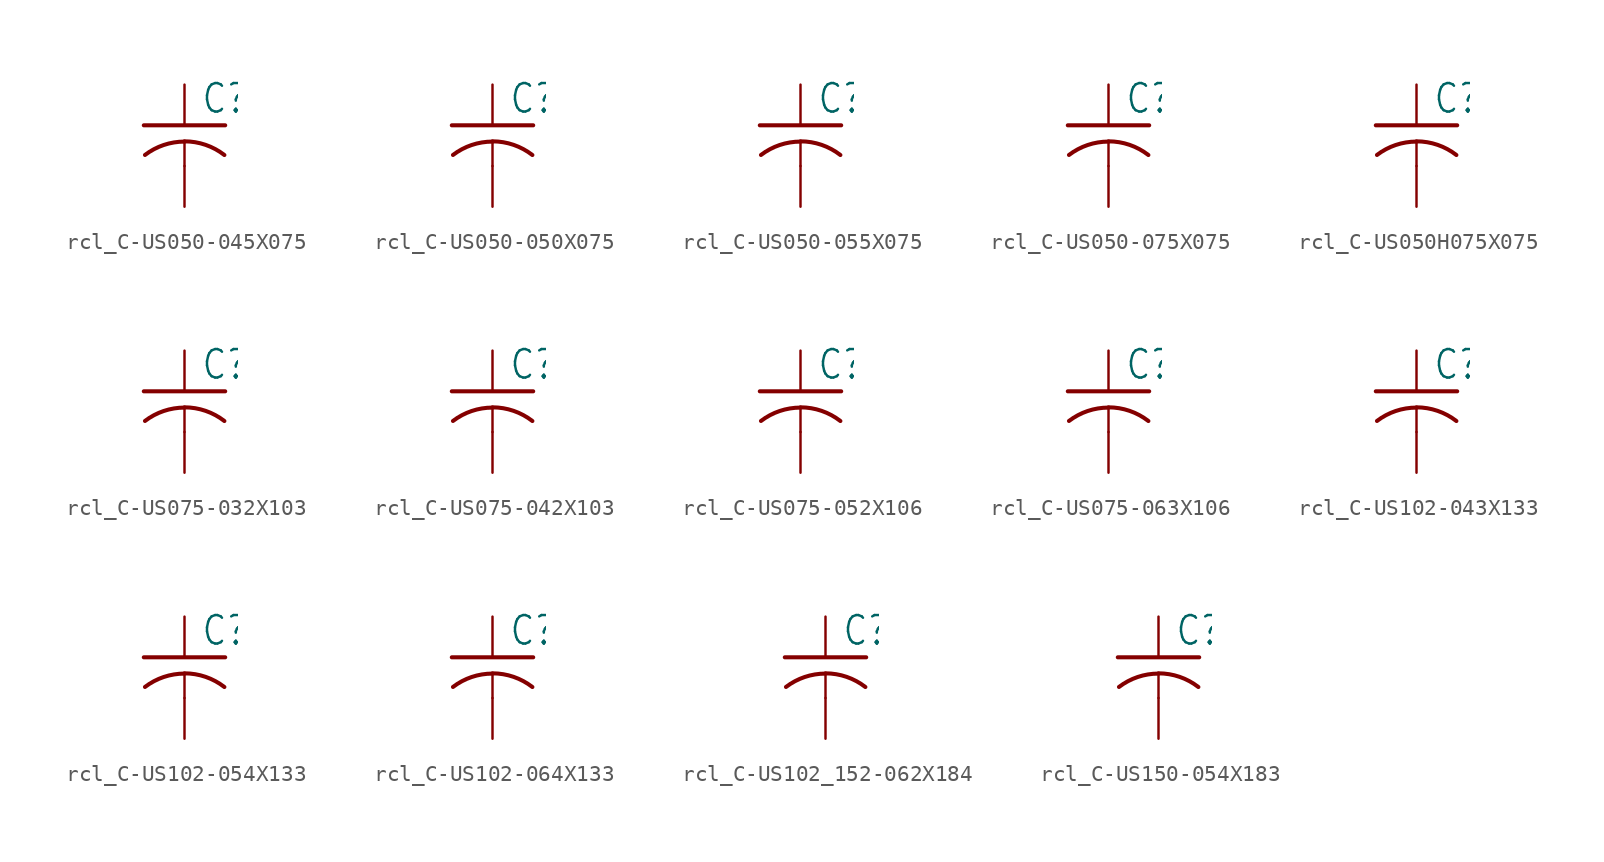
<source format=kicad_sym>
(kicad_symbol_lib
  (version 20241209)
  (generator "kicad_symbol_editor")
  (generator_version "9.0")
  (symbol "rcl_C-US050-045X075"
    (property "Reference" "C"
      (at 1.016 0.635 0)
      (effects (font (size 1.778 1.511)) (justify left bottom)))
    (property "Value" ""
      (at 1.016 -4.191 0)
      (effects (font (size 1.778 1.511)) (justify left bottom)))
    (property "ki_locked" ""
      (at 0 0 0)
      (effects (font (size 1.27 1.27))))
    (symbol "rcl_C-US050-045X075_1_0"
      (polyline (pts (xy -2.54 0) (xy 2.54 0)) (stroke (width 0.254) (type solid)) (fill (type none)))
      (polyline (pts (xy 0 -1.016) (xy 0 -2.54)) (stroke (width 0.152) (type solid)) (fill (type none)))
      (arc (start 0 -1) (mid 1.3158 -1.2195) (end 2.4892 -1.8541) (stroke (width 0.254) (type solid)) (fill (type none)))
      (arc (start -2.4668 -1.8504) (mid -1.302 -1.2303) (end 0 -1.0161) (stroke (width 0.254) (type solid)) (fill (type none)))
      (pin passive line (at 0 2.54 270) (length 2.54) (name "1" (effects (font (size 0 0)))) (number "1" (effects (font (size 0 0)))))
      (pin passive line (at 0 -5.08 90) (length 2.54) (name "2" (effects (font (size 0 0)))) (number "2" (effects (font (size 0 0)))))))
  (symbol "rcl_C-US050-050X075"
    (property "Reference" "C"
      (at 1.016 0.635 0)
      (effects (font (size 1.778 1.511)) (justify left bottom)))
    (property "Value" ""
      (at 1.016 -4.191 0)
      (effects (font (size 1.778 1.511)) (justify left bottom)))
    (property "ki_locked" ""
      (at 0 0 0)
      (effects (font (size 1.27 1.27))))
    (symbol "rcl_C-US050-050X075_1_0"
      (polyline (pts (xy -2.54 0) (xy 2.54 0)) (stroke (width 0.254) (type solid)) (fill (type none)))
      (polyline (pts (xy 0 -1.016) (xy 0 -2.54)) (stroke (width 0.152) (type solid)) (fill (type none)))
      (arc (start 0 -1) (mid 1.3158 -1.2195) (end 2.4892 -1.8541) (stroke (width 0.254) (type solid)) (fill (type none)))
      (arc (start -2.4668 -1.8504) (mid -1.302 -1.2303) (end 0 -1.0161) (stroke (width 0.254) (type solid)) (fill (type none)))
      (pin passive line (at 0 2.54 270) (length 2.54) (name "1" (effects (font (size 0 0)))) (number "1" (effects (font (size 0 0)))))
      (pin passive line (at 0 -5.08 90) (length 2.54) (name "2" (effects (font (size 0 0)))) (number "2" (effects (font (size 0 0)))))))
  (symbol "rcl_C-US050-055X075"
    (property "Reference" "C"
      (at 1.016 0.635 0)
      (effects (font (size 1.778 1.511)) (justify left bottom)))
    (property "Value" ""
      (at 1.016 -4.191 0)
      (effects (font (size 1.778 1.511)) (justify left bottom)))
    (property "ki_locked" ""
      (at 0 0 0)
      (effects (font (size 1.27 1.27))))
    (symbol "rcl_C-US050-055X075_1_0"
      (polyline (pts (xy -2.54 0) (xy 2.54 0)) (stroke (width 0.254) (type solid)) (fill (type none)))
      (polyline (pts (xy 0 -1.016) (xy 0 -2.54)) (stroke (width 0.152) (type solid)) (fill (type none)))
      (arc (start 0 -1) (mid 1.3158 -1.2195) (end 2.4892 -1.8541) (stroke (width 0.254) (type solid)) (fill (type none)))
      (arc (start -2.4668 -1.8504) (mid -1.302 -1.2303) (end 0 -1.0161) (stroke (width 0.254) (type solid)) (fill (type none)))
      (pin passive line (at 0 2.54 270) (length 2.54) (name "1" (effects (font (size 0 0)))) (number "1" (effects (font (size 0 0)))))
      (pin passive line (at 0 -5.08 90) (length 2.54) (name "2" (effects (font (size 0 0)))) (number "2" (effects (font (size 0 0)))))))
  (symbol "rcl_C-US050-075X075"
    (property "Reference" "C"
      (at 1.016 0.635 0)
      (effects (font (size 1.778 1.511)) (justify left bottom)))
    (property "Value" ""
      (at 1.016 -4.191 0)
      (effects (font (size 1.778 1.511)) (justify left bottom)))
    (property "ki_locked" ""
      (at 0 0 0)
      (effects (font (size 1.27 1.27))))
    (symbol "rcl_C-US050-075X075_1_0"
      (polyline (pts (xy -2.54 0) (xy 2.54 0)) (stroke (width 0.254) (type solid)) (fill (type none)))
      (polyline (pts (xy 0 -1.016) (xy 0 -2.54)) (stroke (width 0.152) (type solid)) (fill (type none)))
      (arc (start 0 -1) (mid 1.3158 -1.2195) (end 2.4892 -1.8541) (stroke (width 0.254) (type solid)) (fill (type none)))
      (arc (start -2.4668 -1.8504) (mid -1.302 -1.2303) (end 0 -1.0161) (stroke (width 0.254) (type solid)) (fill (type none)))
      (pin passive line (at 0 2.54 270) (length 2.54) (name "1" (effects (font (size 0 0)))) (number "1" (effects (font (size 0 0)))))
      (pin passive line (at 0 -5.08 90) (length 2.54) (name "2" (effects (font (size 0 0)))) (number "2" (effects (font (size 0 0)))))))
  (symbol "rcl_C-US050H075X075"
    (property "Reference" "C"
      (at 1.016 0.635 0)
      (effects (font (size 1.778 1.511)) (justify left bottom)))
    (property "Value" ""
      (at 1.016 -4.191 0)
      (effects (font (size 1.778 1.511)) (justify left bottom)))
    (property "ki_locked" ""
      (at 0 0 0)
      (effects (font (size 1.27 1.27))))
    (symbol "rcl_C-US050H075X075_1_0"
      (polyline (pts (xy -2.54 0) (xy 2.54 0)) (stroke (width 0.254) (type solid)) (fill (type none)))
      (polyline (pts (xy 0 -1.016) (xy 0 -2.54)) (stroke (width 0.152) (type solid)) (fill (type none)))
      (arc (start 0 -1) (mid 1.3158 -1.2195) (end 2.4892 -1.8541) (stroke (width 0.254) (type solid)) (fill (type none)))
      (arc (start -2.4668 -1.8504) (mid -1.302 -1.2303) (end 0 -1.0161) (stroke (width 0.254) (type solid)) (fill (type none)))
      (pin passive line (at 0 2.54 270) (length 2.54) (name "1" (effects (font (size 0 0)))) (number "1" (effects (font (size 0 0)))))
      (pin passive line (at 0 -5.08 90) (length 2.54) (name "2" (effects (font (size 0 0)))) (number "2" (effects (font (size 0 0)))))))
  (symbol "rcl_C-US075-032X103"
    (property "Reference" "C"
      (at 1.016 0.635 0)
      (effects (font (size 1.778 1.511)) (justify left bottom)))
    (property "Value" ""
      (at 1.016 -4.191 0)
      (effects (font (size 1.778 1.511)) (justify left bottom)))
    (property "ki_locked" ""
      (at 0 0 0)
      (effects (font (size 1.27 1.27))))
    (symbol "rcl_C-US075-032X103_1_0"
      (polyline (pts (xy -2.54 0) (xy 2.54 0)) (stroke (width 0.254) (type solid)) (fill (type none)))
      (polyline (pts (xy 0 -1.016) (xy 0 -2.54)) (stroke (width 0.152) (type solid)) (fill (type none)))
      (arc (start 0 -1) (mid 1.3158 -1.2195) (end 2.4892 -1.8541) (stroke (width 0.254) (type solid)) (fill (type none)))
      (arc (start -2.4668 -1.8504) (mid -1.302 -1.2303) (end 0 -1.0161) (stroke (width 0.254) (type solid)) (fill (type none)))
      (pin passive line (at 0 2.54 270) (length 2.54) (name "1" (effects (font (size 0 0)))) (number "1" (effects (font (size 0 0)))))
      (pin passive line (at 0 -5.08 90) (length 2.54) (name "2" (effects (font (size 0 0)))) (number "2" (effects (font (size 0 0)))))))
  (symbol "rcl_C-US075-042X103"
    (property "Reference" "C"
      (at 1.016 0.635 0)
      (effects (font (size 1.778 1.511)) (justify left bottom)))
    (property "Value" ""
      (at 1.016 -4.191 0)
      (effects (font (size 1.778 1.511)) (justify left bottom)))
    (property "ki_locked" ""
      (at 0 0 0)
      (effects (font (size 1.27 1.27))))
    (symbol "rcl_C-US075-042X103_1_0"
      (polyline (pts (xy -2.54 0) (xy 2.54 0)) (stroke (width 0.254) (type solid)) (fill (type none)))
      (polyline (pts (xy 0 -1.016) (xy 0 -2.54)) (stroke (width 0.152) (type solid)) (fill (type none)))
      (arc (start 0 -1) (mid 1.3158 -1.2195) (end 2.4892 -1.8541) (stroke (width 0.254) (type solid)) (fill (type none)))
      (arc (start -2.4668 -1.8504) (mid -1.302 -1.2303) (end 0 -1.0161) (stroke (width 0.254) (type solid)) (fill (type none)))
      (pin passive line (at 0 2.54 270) (length 2.54) (name "1" (effects (font (size 0 0)))) (number "1" (effects (font (size 0 0)))))
      (pin passive line (at 0 -5.08 90) (length 2.54) (name "2" (effects (font (size 0 0)))) (number "2" (effects (font (size 0 0)))))))
  (symbol "rcl_C-US075-052X106"
    (property "Reference" "C"
      (at 1.016 0.635 0)
      (effects (font (size 1.778 1.511)) (justify left bottom)))
    (property "Value" ""
      (at 1.016 -4.191 0)
      (effects (font (size 1.778 1.511)) (justify left bottom)))
    (property "ki_locked" ""
      (at 0 0 0)
      (effects (font (size 1.27 1.27))))
    (symbol "rcl_C-US075-052X106_1_0"
      (polyline (pts (xy -2.54 0) (xy 2.54 0)) (stroke (width 0.254) (type solid)) (fill (type none)))
      (polyline (pts (xy 0 -1.016) (xy 0 -2.54)) (stroke (width 0.152) (type solid)) (fill (type none)))
      (arc (start 0 -1) (mid 1.3158 -1.2195) (end 2.4892 -1.8541) (stroke (width 0.254) (type solid)) (fill (type none)))
      (arc (start -2.4668 -1.8504) (mid -1.302 -1.2303) (end 0 -1.0161) (stroke (width 0.254) (type solid)) (fill (type none)))
      (pin passive line (at 0 2.54 270) (length 2.54) (name "1" (effects (font (size 0 0)))) (number "1" (effects (font (size 0 0)))))
      (pin passive line (at 0 -5.08 90) (length 2.54) (name "2" (effects (font (size 0 0)))) (number "2" (effects (font (size 0 0)))))))
  (symbol "rcl_C-US075-063X106"
    (property "Reference" "C"
      (at 1.016 0.635 0)
      (effects (font (size 1.778 1.511)) (justify left bottom)))
    (property "Value" ""
      (at 1.016 -4.191 0)
      (effects (font (size 1.778 1.511)) (justify left bottom)))
    (property "ki_locked" ""
      (at 0 0 0)
      (effects (font (size 1.27 1.27))))
    (symbol "rcl_C-US075-063X106_1_0"
      (polyline (pts (xy -2.54 0) (xy 2.54 0)) (stroke (width 0.254) (type solid)) (fill (type none)))
      (polyline (pts (xy 0 -1.016) (xy 0 -2.54)) (stroke (width 0.152) (type solid)) (fill (type none)))
      (arc (start 0 -1) (mid 1.3158 -1.2195) (end 2.4892 -1.8541) (stroke (width 0.254) (type solid)) (fill (type none)))
      (arc (start -2.4668 -1.8504) (mid -1.302 -1.2303) (end 0 -1.0161) (stroke (width 0.254) (type solid)) (fill (type none)))
      (pin passive line (at 0 2.54 270) (length 2.54) (name "1" (effects (font (size 0 0)))) (number "1" (effects (font (size 0 0)))))
      (pin passive line (at 0 -5.08 90) (length 2.54) (name "2" (effects (font (size 0 0)))) (number "2" (effects (font (size 0 0)))))))
  (symbol "rcl_C-US102-043X133"
    (property "Reference" "C"
      (at 1.016 0.635 0)
      (effects (font (size 1.778 1.511)) (justify left bottom)))
    (property "Value" ""
      (at 1.016 -4.191 0)
      (effects (font (size 1.778 1.511)) (justify left bottom)))
    (property "ki_locked" ""
      (at 0 0 0)
      (effects (font (size 1.27 1.27))))
    (symbol "rcl_C-US102-043X133_1_0"
      (polyline (pts (xy -2.54 0) (xy 2.54 0)) (stroke (width 0.254) (type solid)) (fill (type none)))
      (polyline (pts (xy 0 -1.016) (xy 0 -2.54)) (stroke (width 0.152) (type solid)) (fill (type none)))
      (arc (start 0 -1) (mid 1.3158 -1.2195) (end 2.4892 -1.8541) (stroke (width 0.254) (type solid)) (fill (type none)))
      (arc (start -2.4668 -1.8504) (mid -1.302 -1.2303) (end 0 -1.0161) (stroke (width 0.254) (type solid)) (fill (type none)))
      (pin passive line (at 0 2.54 270) (length 2.54) (name "1" (effects (font (size 0 0)))) (number "1" (effects (font (size 0 0)))))
      (pin passive line (at 0 -5.08 90) (length 2.54) (name "2" (effects (font (size 0 0)))) (number "2" (effects (font (size 0 0)))))))
  (symbol "rcl_C-US102-054X133"
    (property "Reference" "C"
      (at 1.016 0.635 0)
      (effects (font (size 1.778 1.511)) (justify left bottom)))
    (property "Value" ""
      (at 1.016 -4.191 0)
      (effects (font (size 1.778 1.511)) (justify left bottom)))
    (property "ki_locked" ""
      (at 0 0 0)
      (effects (font (size 1.27 1.27))))
    (symbol "rcl_C-US102-054X133_1_0"
      (polyline (pts (xy -2.54 0) (xy 2.54 0)) (stroke (width 0.254) (type solid)) (fill (type none)))
      (polyline (pts (xy 0 -1.016) (xy 0 -2.54)) (stroke (width 0.152) (type solid)) (fill (type none)))
      (arc (start 0 -1) (mid 1.3158 -1.2195) (end 2.4892 -1.8541) (stroke (width 0.254) (type solid)) (fill (type none)))
      (arc (start -2.4668 -1.8504) (mid -1.302 -1.2303) (end 0 -1.0161) (stroke (width 0.254) (type solid)) (fill (type none)))
      (pin passive line (at 0 2.54 270) (length 2.54) (name "1" (effects (font (size 0 0)))) (number "1" (effects (font (size 0 0)))))
      (pin passive line (at 0 -5.08 90) (length 2.54) (name "2" (effects (font (size 0 0)))) (number "2" (effects (font (size 0 0)))))))
  (symbol "rcl_C-US102-064X133"
    (property "Reference" "C"
      (at 1.016 0.635 0)
      (effects (font (size 1.778 1.511)) (justify left bottom)))
    (property "Value" ""
      (at 1.016 -4.191 0)
      (effects (font (size 1.778 1.511)) (justify left bottom)))
    (property "ki_locked" ""
      (at 0 0 0)
      (effects (font (size 1.27 1.27))))
    (symbol "rcl_C-US102-064X133_1_0"
      (polyline (pts (xy -2.54 0) (xy 2.54 0)) (stroke (width 0.254) (type solid)) (fill (type none)))
      (polyline (pts (xy 0 -1.016) (xy 0 -2.54)) (stroke (width 0.152) (type solid)) (fill (type none)))
      (arc (start 0 -1) (mid 1.3158 -1.2195) (end 2.4892 -1.8541) (stroke (width 0.254) (type solid)) (fill (type none)))
      (arc (start -2.4668 -1.8504) (mid -1.302 -1.2303) (end 0 -1.0161) (stroke (width 0.254) (type solid)) (fill (type none)))
      (pin passive line (at 0 2.54 270) (length 2.54) (name "1" (effects (font (size 0 0)))) (number "1" (effects (font (size 0 0)))))
      (pin passive line (at 0 -5.08 90) (length 2.54) (name "2" (effects (font (size 0 0)))) (number "2" (effects (font (size 0 0)))))))
  (symbol "rcl_C-US102_152-062X184"
    (property "Reference" "C"
      (at 1.016 0.635 0)
      (effects (font (size 1.778 1.511)) (justify left bottom)))
    (property "Value" ""
      (at 1.016 -4.191 0)
      (effects (font (size 1.778 1.511)) (justify left bottom)))
    (property "ki_locked" ""
      (at 0 0 0)
      (effects (font (size 1.27 1.27))))
    (symbol "rcl_C-US102_152-062X184_1_0"
      (polyline (pts (xy -2.54 0) (xy 2.54 0)) (stroke (width 0.254) (type solid)) (fill (type none)))
      (polyline (pts (xy 0 -1.016) (xy 0 -2.54)) (stroke (width 0.152) (type solid)) (fill (type none)))
      (arc (start 0 -1) (mid 1.3158 -1.2195) (end 2.4892 -1.8541) (stroke (width 0.254) (type solid)) (fill (type none)))
      (arc (start -2.4668 -1.8504) (mid -1.302 -1.2303) (end 0 -1.0161) (stroke (width 0.254) (type solid)) (fill (type none)))
      (pin passive line (at 0 2.54 270) (length 2.54) (name "1" (effects (font (size 0 0)))) (number "1" (effects (font (size 0 0)))))
      (pin passive line (at 0 -5.08 90) (length 2.54) (name "2" (effects (font (size 0 0)))) (number "2" (effects (font (size 0 0)))))))
  (symbol "rcl_C-US150-054X183"
    (property "Reference" "C"
      (at 1.016 0.635 0)
      (effects (font (size 1.778 1.511)) (justify left bottom)))
    (property "Value" ""
      (at 1.016 -4.191 0)
      (effects (font (size 1.778 1.511)) (justify left bottom)))
    (property "ki_locked" ""
      (at 0 0 0)
      (effects (font (size 1.27 1.27))))
    (symbol "rcl_C-US150-054X183_1_0"
      (polyline (pts (xy -2.54 0) (xy 2.54 0)) (stroke (width 0.254) (type solid)) (fill (type none)))
      (polyline (pts (xy 0 -1.016) (xy 0 -2.54)) (stroke (width 0.152) (type solid)) (fill (type none)))
      (arc (start 0 -1) (mid 1.3158 -1.2195) (end 2.4892 -1.8541) (stroke (width 0.254) (type solid)) (fill (type none)))
      (arc (start -2.4668 -1.8504) (mid -1.302 -1.2303) (end 0 -1.0161) (stroke (width 0.254) (type solid)) (fill (type none)))
      (pin passive line (at 0 2.54 270) (length 2.54) (name "1" (effects (font (size 0 0)))) (number "1" (effects (font (size 0 0)))))
      (pin passive line (at 0 -5.08 90) (length 2.54) (name "2" (effects (font (size 0 0)))) (number "2" (effects (font (size 0 0))))))))
</source>
